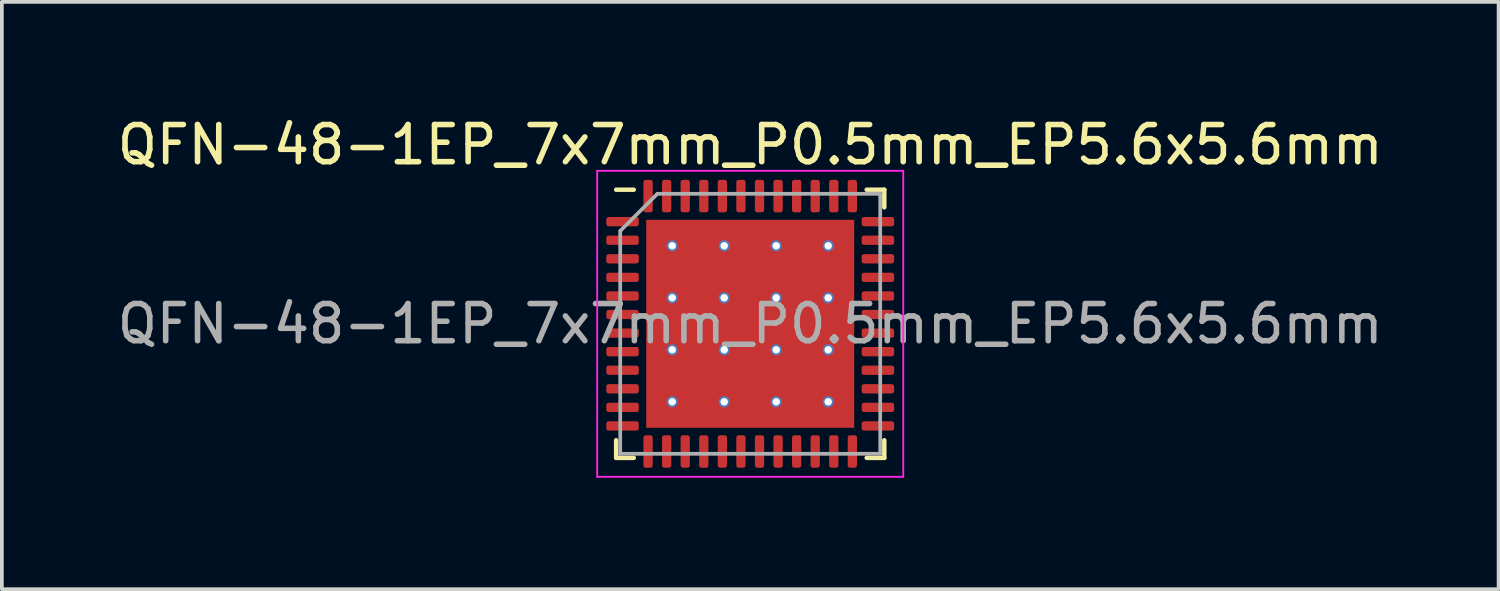
<source format=kicad_pcb>
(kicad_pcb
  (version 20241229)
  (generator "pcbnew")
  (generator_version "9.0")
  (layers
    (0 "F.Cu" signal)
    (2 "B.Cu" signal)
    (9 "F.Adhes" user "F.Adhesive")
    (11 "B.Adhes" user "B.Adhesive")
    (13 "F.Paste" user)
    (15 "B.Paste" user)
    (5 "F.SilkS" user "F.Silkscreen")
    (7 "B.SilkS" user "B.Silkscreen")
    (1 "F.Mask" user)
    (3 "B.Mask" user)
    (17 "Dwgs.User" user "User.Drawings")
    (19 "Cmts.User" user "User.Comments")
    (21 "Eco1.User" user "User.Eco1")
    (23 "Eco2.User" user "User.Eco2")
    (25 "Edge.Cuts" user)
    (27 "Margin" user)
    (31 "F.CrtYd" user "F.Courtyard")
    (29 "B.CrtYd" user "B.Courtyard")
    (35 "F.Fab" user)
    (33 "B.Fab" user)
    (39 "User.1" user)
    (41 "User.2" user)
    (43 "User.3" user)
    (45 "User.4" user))
  (footprint "QFN-48-1EP_7x7mm_P0.5mm_EP5.6x5.6mm"
    (layer "F.Cu")
    (at 17.149 5.668)
    (property "Reference" "QFN-48-1EP_7x7mm_P0.5mm_EP5.6x5.6mm" (at 0 -4.82 0) (layer "F.SilkS") (effects (font (size 1 1) (thickness 0.15))))
    (attr smd)
    (fp_line (start -3.61 3.61) (end -3.61 3.135) (stroke (width 0.12) (type solid)) (layer "F.SilkS"))
    (fp_line (start -3.135 -3.61) (end -3.61 -3.61) (stroke (width 0.12) (type solid)) (layer "F.SilkS"))
    (fp_line (start -3.135 3.61) (end -3.61 3.61) (stroke (width 0.12) (type solid)) (layer "F.SilkS"))
    (fp_line (start 3.135 -3.61) (end 3.61 -3.61) (stroke (width 0.12) (type solid)) (layer "F.SilkS"))
    (fp_line (start 3.135 3.61) (end 3.61 3.61) (stroke (width 0.12) (type solid)) (layer "F.SilkS"))
    (fp_line (start 3.61 -3.61) (end 3.61 -3.135) (stroke (width 0.12) (type solid)) (layer "F.SilkS"))
    (fp_line (start 3.61 3.61) (end 3.61 3.135) (stroke (width 0.12) (type solid)) (layer "F.SilkS"))
    (fp_line (start -4.12 -4.12) (end -4.12 4.12) (stroke (width 0.05) (type solid)) (layer "F.CrtYd"))
    (fp_line (start -4.12 4.12) (end 4.12 4.12) (stroke (width 0.05) (type solid)) (layer "F.CrtYd"))
    (fp_line (start 4.12 -4.12) (end -4.12 -4.12) (stroke (width 0.05) (type solid)) (layer "F.CrtYd"))
    (fp_line (start 4.12 4.12) (end 4.12 -4.12) (stroke (width 0.05) (type solid)) (layer "F.CrtYd"))
    (fp_line (start -3.5 -2.5) (end -2.5 -3.5) (stroke (width 0.1) (type solid)) (layer "F.Fab"))
    (fp_line (start -3.5 3.5) (end -3.5 -2.5) (stroke (width 0.1) (type solid)) (layer "F.Fab"))
    (fp_line (start -2.5 -3.5) (end 3.5 -3.5) (stroke (width 0.1) (type solid)) (layer "F.Fab"))
    (fp_line (start 3.5 -3.5) (end 3.5 3.5) (stroke (width 0.1) (type solid)) (layer "F.Fab"))
    (fp_line (start 3.5 3.5) (end -3.5 3.5) (stroke (width 0.1) (type solid)) (layer "F.Fab"))
    (fp_text user "${REFERENCE}" (at 0 0 0) (layer "F.Fab") (effects (font (size 1 1) (thickness 0.15))))
    (pad "" smd roundrect (at -2.1 -2.1) (size 1.13 1.13) (layers "F.Paste") (roundrect_rratio 0.221))
    (pad "" smd roundrect (at -2.1 -0.7) (size 1.13 1.13) (layers "F.Paste") (roundrect_rratio 0.221))
    (pad "" smd roundrect (at -2.1 0.7) (size 1.13 1.13) (layers "F.Paste") (roundrect_rratio 0.221))
    (pad "" smd roundrect (at -2.1 2.1) (size 1.13 1.13) (layers "F.Paste") (roundrect_rratio 0.221))
    (pad "" smd roundrect (at -0.7 -2.1) (size 1.13 1.13) (layers "F.Paste") (roundrect_rratio 0.221))
    (pad "" smd roundrect (at -0.7 -0.7) (size 1.13 1.13) (layers "F.Paste") (roundrect_rratio 0.221))
    (pad "" smd roundrect (at -0.7 0.7) (size 1.13 1.13) (layers "F.Paste") (roundrect_rratio 0.221))
    (pad "" smd roundrect (at -0.7 2.1) (size 1.13 1.13) (layers "F.Paste") (roundrect_rratio 0.221))
    (pad "" smd roundrect (at 0.7 -2.1) (size 1.13 1.13) (layers "F.Paste") (roundrect_rratio 0.221))
    (pad "" smd roundrect (at 0.7 -0.7) (size 1.13 1.13) (layers "F.Paste") (roundrect_rratio 0.221))
    (pad "" smd roundrect (at 0.7 0.7) (size 1.13 1.13) (layers "F.Paste") (roundrect_rratio 0.221))
    (pad "" smd roundrect (at 0.7 2.1) (size 1.13 1.13) (layers "F.Paste") (roundrect_rratio 0.221))
    (pad "" smd roundrect (at 2.1 -2.1) (size 1.13 1.13) (layers "F.Paste") (roundrect_rratio 0.221))
    (pad "" smd roundrect (at 2.1 -0.7) (size 1.13 1.13) (layers "F.Paste") (roundrect_rratio 0.221))
    (pad "" smd roundrect (at 2.1 0.7) (size 1.13 1.13) (layers "F.Paste") (roundrect_rratio 0.221))
    (pad "" smd roundrect (at 2.1 2.1) (size 1.13 1.13) (layers "F.Paste") (roundrect_rratio 0.221))
    (pad "1" smd roundrect (at -3.438 -2.75) (size 0.875 0.25) (layers "F.Cu" "F.Mask" "F.Paste") (roundrect_rratio 0.25))
    (pad "2" smd roundrect (at -3.438 -2.25) (size 0.875 0.25) (layers "F.Cu" "F.Mask" "F.Paste") (roundrect_rratio 0.25))
    (pad "3" smd roundrect (at -3.438 -1.75) (size 0.875 0.25) (layers "F.Cu" "F.Mask" "F.Paste") (roundrect_rratio 0.25))
    (pad "4" smd roundrect (at -3.438 -1.25) (size 0.875 0.25) (layers "F.Cu" "F.Mask" "F.Paste") (roundrect_rratio 0.25))
    (pad "5" smd roundrect (at -3.438 -0.75) (size 0.875 0.25) (layers "F.Cu" "F.Mask" "F.Paste") (roundrect_rratio 0.25))
    (pad "6" smd roundrect (at -3.438 -0.25) (size 0.875 0.25) (layers "F.Cu" "F.Mask" "F.Paste") (roundrect_rratio 0.25))
    (pad "7" smd roundrect (at -3.438 0.25) (size 0.875 0.25) (layers "F.Cu" "F.Mask" "F.Paste") (roundrect_rratio 0.25))
    (pad "8" smd roundrect (at -3.438 0.75) (size 0.875 0.25) (layers "F.Cu" "F.Mask" "F.Paste") (roundrect_rratio 0.25))
    (pad "9" smd roundrect (at -3.438 1.25) (size 0.875 0.25) (layers "F.Cu" "F.Mask" "F.Paste") (roundrect_rratio 0.25))
    (pad "10" smd roundrect (at -3.438 1.75) (size 0.875 0.25) (layers "F.Cu" "F.Mask" "F.Paste") (roundrect_rratio 0.25))
    (pad "11" smd roundrect (at -3.438 2.25) (size 0.875 0.25) (layers "F.Cu" "F.Mask" "F.Paste") (roundrect_rratio 0.25))
    (pad "12" smd roundrect (at -3.438 2.75) (size 0.875 0.25) (layers "F.Cu" "F.Mask" "F.Paste") (roundrect_rratio 0.25))
    (pad "13" smd roundrect (at -2.75 3.438) (size 0.25 0.875) (layers "F.Cu" "F.Mask" "F.Paste") (roundrect_rratio 0.25))
    (pad "14" smd roundrect (at -2.25 3.438) (size 0.25 0.875) (layers "F.Cu" "F.Mask" "F.Paste") (roundrect_rratio 0.25))
    (pad "15" smd roundrect (at -1.75 3.438) (size 0.25 0.875) (layers "F.Cu" "F.Mask" "F.Paste") (roundrect_rratio 0.25))
    (pad "16" smd roundrect (at -1.25 3.438) (size 0.25 0.875) (layers "F.Cu" "F.Mask" "F.Paste") (roundrect_rratio 0.25))
    (pad "17" smd roundrect (at -0.75 3.438) (size 0.25 0.875) (layers "F.Cu" "F.Mask" "F.Paste") (roundrect_rratio 0.25))
    (pad "18" smd roundrect (at -0.25 3.438) (size 0.25 0.875) (layers "F.Cu" "F.Mask" "F.Paste") (roundrect_rratio 0.25))
    (pad "19" smd roundrect (at 0.25 3.438) (size 0.25 0.875) (layers "F.Cu" "F.Mask" "F.Paste") (roundrect_rratio 0.25))
    (pad "20" smd roundrect (at 0.75 3.438) (size 0.25 0.875) (layers "F.Cu" "F.Mask" "F.Paste") (roundrect_rratio 0.25))
    (pad "21" smd roundrect (at 1.25 3.438) (size 0.25 0.875) (layers "F.Cu" "F.Mask" "F.Paste") (roundrect_rratio 0.25))
    (pad "22" smd roundrect (at 1.75 3.438) (size 0.25 0.875) (layers "F.Cu" "F.Mask" "F.Paste") (roundrect_rratio 0.25))
    (pad "23" smd roundrect (at 2.25 3.438) (size 0.25 0.875) (layers "F.Cu" "F.Mask" "F.Paste") (roundrect_rratio 0.25))
    (pad "24" smd roundrect (at 2.75 3.438) (size 0.25 0.875) (layers "F.Cu" "F.Mask" "F.Paste") (roundrect_rratio 0.25))
    (pad "25" smd roundrect (at 3.438 2.75) (size 0.875 0.25) (layers "F.Cu" "F.Mask" "F.Paste") (roundrect_rratio 0.25))
    (pad "26" smd roundrect (at 3.438 2.25) (size 0.875 0.25) (layers "F.Cu" "F.Mask" "F.Paste") (roundrect_rratio 0.25))
    (pad "27" smd roundrect (at 3.438 1.75) (size 0.875 0.25) (layers "F.Cu" "F.Mask" "F.Paste") (roundrect_rratio 0.25))
    (pad "28" smd roundrect (at 3.438 1.25) (size 0.875 0.25) (layers "F.Cu" "F.Mask" "F.Paste") (roundrect_rratio 0.25))
    (pad "29" smd roundrect (at 3.438 0.75) (size 0.875 0.25) (layers "F.Cu" "F.Mask" "F.Paste") (roundrect_rratio 0.25))
    (pad "30" smd roundrect (at 3.438 0.25) (size 0.875 0.25) (layers "F.Cu" "F.Mask" "F.Paste") (roundrect_rratio 0.25))
    (pad "31" smd roundrect (at 3.438 -0.25) (size 0.875 0.25) (layers "F.Cu" "F.Mask" "F.Paste") (roundrect_rratio 0.25))
    (pad "32" smd roundrect (at 3.438 -0.75) (size 0.875 0.25) (layers "F.Cu" "F.Mask" "F.Paste") (roundrect_rratio 0.25))
    (pad "33" smd roundrect (at 3.438 -1.25) (size 0.875 0.25) (layers "F.Cu" "F.Mask" "F.Paste") (roundrect_rratio 0.25))
    (pad "34" smd roundrect (at 3.438 -1.75) (size 0.875 0.25) (layers "F.Cu" "F.Mask" "F.Paste") (roundrect_rratio 0.25))
    (pad "35" smd roundrect (at 3.438 -2.25) (size 0.875 0.25) (layers "F.Cu" "F.Mask" "F.Paste") (roundrect_rratio 0.25))
    (pad "36" smd roundrect (at 3.438 -2.75) (size 0.875 0.25) (layers "F.Cu" "F.Mask" "F.Paste") (roundrect_rratio 0.25))
    (pad "37" smd roundrect (at 2.75 -3.438) (size 0.25 0.875) (layers "F.Cu" "F.Mask" "F.Paste") (roundrect_rratio 0.25))
    (pad "38" smd roundrect (at 2.25 -3.438) (size 0.25 0.875) (layers "F.Cu" "F.Mask" "F.Paste") (roundrect_rratio 0.25))
    (pad "39" smd roundrect (at 1.75 -3.438) (size 0.25 0.875) (layers "F.Cu" "F.Mask" "F.Paste") (roundrect_rratio 0.25))
    (pad "40" smd roundrect (at 1.25 -3.438) (size 0.25 0.875) (layers "F.Cu" "F.Mask" "F.Paste") (roundrect_rratio 0.25))
    (pad "41" smd roundrect (at 0.75 -3.438) (size 0.25 0.875) (layers "F.Cu" "F.Mask" "F.Paste") (roundrect_rratio 0.25))
    (pad "42" smd roundrect (at 0.25 -3.438) (size 0.25 0.875) (layers "F.Cu" "F.Mask" "F.Paste") (roundrect_rratio 0.25))
    (pad "43" smd roundrect (at -0.25 -3.438) (size 0.25 0.875) (layers "F.Cu" "F.Mask" "F.Paste") (roundrect_rratio 0.25))
    (pad "44" smd roundrect (at -0.75 -3.438) (size 0.25 0.875) (layers "F.Cu" "F.Mask" "F.Paste") (roundrect_rratio 0.25))
    (pad "45" smd roundrect (at -1.25 -3.438) (size 0.25 0.875) (layers "F.Cu" "F.Mask" "F.Paste") (roundrect_rratio 0.25))
    (pad "46" smd roundrect (at -1.75 -3.438) (size 0.25 0.875) (layers "F.Cu" "F.Mask" "F.Paste") (roundrect_rratio 0.25))
    (pad "47" smd roundrect (at -2.25 -3.438) (size 0.25 0.875) (layers "F.Cu" "F.Mask" "F.Paste") (roundrect_rratio 0.25))
    (pad "48" smd roundrect (at -2.75 -3.438) (size 0.25 0.875) (layers "F.Cu" "F.Mask" "F.Paste") (roundrect_rratio 0.25))
    (pad "49" thru_hole circle (at -2.1 -2.1) (size 0.3 0.3) (drill 0.2) (layers "*.Cu"))
    (pad "49" thru_hole circle (at -2.1 -0.7) (size 0.3 0.3) (drill 0.2) (layers "*.Cu"))
    (pad "49" thru_hole circle (at -2.1 0.7) (size 0.3 0.3) (drill 0.2) (layers "*.Cu"))
    (pad "49" thru_hole circle (at -2.1 2.1) (size 0.3 0.3) (drill 0.2) (layers "*.Cu"))
    (pad "49" thru_hole circle (at -0.7 -2.1) (size 0.3 0.3) (drill 0.2) (layers "*.Cu"))
    (pad "49" thru_hole circle (at -0.7 -0.7) (size 0.3 0.3) (drill 0.2) (layers "*.Cu"))
    (pad "49" thru_hole circle (at -0.7 0.7) (size 0.3 0.3) (drill 0.2) (layers "*.Cu"))
    (pad "49" thru_hole circle (at -0.7 2.1) (size 0.3 0.3) (drill 0.2) (layers "*.Cu"))
    (pad "49" smd rect (at 0 0) (size 5.6 5.6) (layers "F.Cu" "F.Mask"))
    (pad "49" thru_hole circle (at 0.7 -2.1) (size 0.3 0.3) (drill 0.2) (layers "*.Cu"))
    (pad "49" thru_hole circle (at 0.7 -0.7) (size 0.3 0.3) (drill 0.2) (layers "*.Cu"))
    (pad "49" thru_hole circle (at 0.7 0.7) (size 0.3 0.3) (drill 0.2) (layers "*.Cu"))
    (pad "49" thru_hole circle (at 0.7 2.1) (size 0.3 0.3) (drill 0.2) (layers "*.Cu"))
    (pad "49" thru_hole circle (at 2.1 -2.1) (size 0.3 0.3) (drill 0.2) (layers "*.Cu"))
    (pad "49" thru_hole circle (at 2.1 -0.7) (size 0.3 0.3) (drill 0.2) (layers "*.Cu"))
    (pad "49" thru_hole circle (at 2.1 0.7) (size 0.3 0.3) (drill 0.2) (layers "*.Cu"))
    (pad "49" thru_hole circle (at 2.1 2.1) (size 0.3 0.3) (drill 0.2) (layers "*.Cu")))
  (gr_rect
    (start -3 -3)
    (end 37.298 12.813)
    (stroke (width 0.1) (type default))
    (fill no)
    (layer "Edge.Cuts")))
</source>
